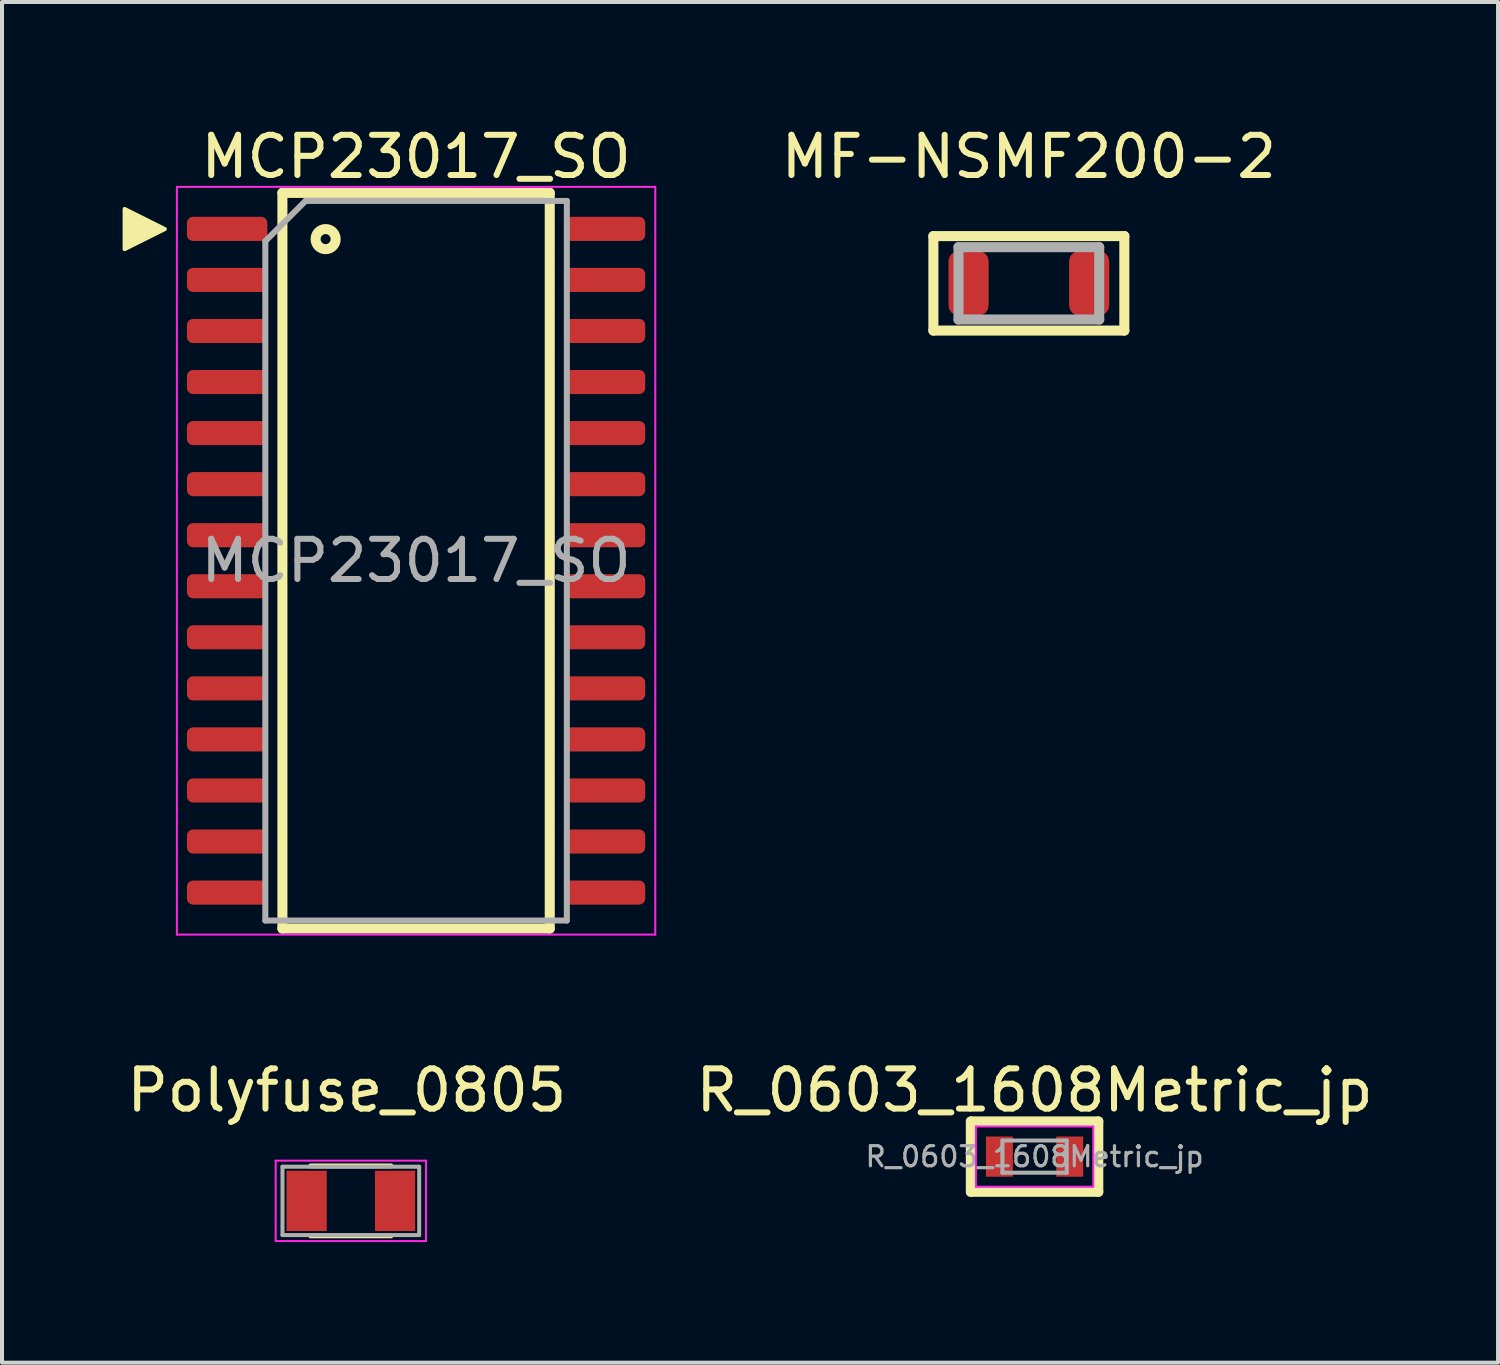
<source format=kicad_pcb>
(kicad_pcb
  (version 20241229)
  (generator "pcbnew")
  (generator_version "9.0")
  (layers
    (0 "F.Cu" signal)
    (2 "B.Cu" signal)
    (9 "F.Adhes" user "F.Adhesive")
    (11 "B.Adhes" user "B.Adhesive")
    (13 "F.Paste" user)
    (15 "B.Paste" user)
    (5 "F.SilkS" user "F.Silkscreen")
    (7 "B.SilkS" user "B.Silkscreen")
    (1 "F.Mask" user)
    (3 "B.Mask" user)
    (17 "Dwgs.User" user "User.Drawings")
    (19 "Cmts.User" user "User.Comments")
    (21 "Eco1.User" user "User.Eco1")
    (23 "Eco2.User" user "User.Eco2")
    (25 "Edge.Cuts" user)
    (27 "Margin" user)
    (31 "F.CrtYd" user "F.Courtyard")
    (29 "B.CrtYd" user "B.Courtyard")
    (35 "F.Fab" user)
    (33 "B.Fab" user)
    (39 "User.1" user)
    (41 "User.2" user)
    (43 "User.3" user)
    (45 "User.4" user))
  (footprint "R_0603_1608Metric_jp"
    (layer "F.Cu")
    (at 22.685 25.721)
    (property "Reference" "R_0603_1608Metric_jp" (at 0 -1.65 0) (layer "F.SilkS") (effects (font (size 1 1) (thickness 0.15))))
    (attr smd)
    (fp_line (start -1.585 -0.875) (end -1.585 0.875) (stroke (width 0.25) (type solid)) (layer "F.SilkS"))
    (fp_line (start -1.585 0.875) (end 1.585 0.875) (stroke (width 0.25) (type solid)) (layer "F.SilkS"))
    (fp_line (start 1.585 -0.875) (end -1.585 -0.875) (stroke (width 0.25) (type solid)) (layer "F.SilkS"))
    (fp_line (start 1.585 -0.875) (end 1.585 0.875) (stroke (width 0.25) (type solid)) (layer "F.SilkS"))
    (fp_line (start -1.46 -0.75) (end 1.46 -0.75) (stroke (width 0.05) (type solid)) (layer "F.CrtYd"))
    (fp_line (start -1.46 0.75) (end -1.46 -0.75) (stroke (width 0.05) (type solid)) (layer "F.CrtYd"))
    (fp_line (start 1.46 -0.75) (end 1.46 0.75) (stroke (width 0.05) (type solid)) (layer "F.CrtYd"))
    (fp_line (start 1.46 0.75) (end -1.46 0.75) (stroke (width 0.05) (type solid)) (layer "F.CrtYd"))
    (fp_line (start -0.8 -0.4) (end 0.8 -0.4) (stroke (width 0.1) (type solid)) (layer "F.Fab"))
    (fp_line (start -0.8 0.4) (end -0.8 -0.4) (stroke (width 0.1) (type solid)) (layer "F.Fab"))
    (fp_line (start 0.8 -0.4) (end 0.8 0.4) (stroke (width 0.1) (type solid)) (layer "F.Fab"))
    (fp_line (start 0.8 0.4) (end -0.8 0.4) (stroke (width 0.1) (type solid)) (layer "F.Fab"))
    (fp_text user "${REFERENCE}" (at 0 0 0) (layer "F.Fab") (effects (font (size 0.5 0.5) (thickness 0.08))))
    (pad "1" smd rect (at -0.875 0) (size 0.67 1) (layers "F.Cu" "F.Mask" "F.Paste"))
    (pad "2" smd rect (at 0.875 0) (size 0.67 1) (layers "F.Cu" "F.Mask" "F.Paste")))
  (footprint "Polyfuse_0805"
    (layer "F.Cu")
    (at 5.677 26.822)
    (property "Reference" "Polyfuse_0805" (at -0.1 -2.75 0) (layer "F.SilkS") (effects (font (size 1 1) (thickness 0.15))))
    (attr smd)
    (fp_line (start -1 -0.87) (end 1 -0.87) (stroke (width 0.12) (type solid)) (layer "F.SilkS"))
    (fp_line (start 1 0.87) (end -1 0.87) (stroke (width 0.12) (type solid)) (layer "F.SilkS"))
    (fp_line (start -1.87 -1) (end -1.87 1) (stroke (width 0.05) (type solid)) (layer "F.CrtYd"))
    (fp_line (start -1.87 -1) (end 1.87 -1) (stroke (width 0.05) (type solid)) (layer "F.CrtYd"))
    (fp_line (start 1.87 1) (end -1.87 1) (stroke (width 0.05) (type solid)) (layer "F.CrtYd"))
    (fp_line (start 1.87 1) (end 1.87 -1) (stroke (width 0.05) (type solid)) (layer "F.CrtYd"))
    (fp_line (start -1.7 -0.85) (end 1.7 -0.85) (stroke (width 0.1) (type solid)) (layer "F.Fab"))
    (fp_line (start -1.7 0.85) (end -1.7 -0.85) (stroke (width 0.1) (type solid)) (layer "F.Fab"))
    (fp_line (start 1.7 -0.85) (end 1.7 0.85) (stroke (width 0.1) (type solid)) (layer "F.Fab"))
    (fp_line (start 1.7 0.85) (end -1.7 0.85) (stroke (width 0.1) (type solid)) (layer "F.Fab"))
    (pad "1" smd rect (at -1.1 0 90) (size 1.5 1) (layers "F.Cu" "F.Mask" "F.Paste"))
    (pad "2" smd rect (at 1.1 0 90) (size 1.5 1) (layers "F.Cu" "F.Mask" "F.Paste")))
  (footprint "MF-NSMF200-2"
    (layer "F.Cu")
    (at 22.543 3.998)
    (property "Reference" "MF-NSMF200-2" (at 0 -3.15 0) (layer "F.SilkS") (effects (font (size 1 1) (thickness 0.15))))
    (attr smd)
    (fp_line (start -2.375 -1.175) (end -2.375 1.175) (stroke (width 0.25) (type solid)) (layer "F.SilkS"))
    (fp_line (start -2.375 -1.175) (end 2.375 -1.175) (stroke (width 0.25) (type solid)) (layer "F.SilkS"))
    (fp_line (start -2.375 1.175) (end 2.375 1.175) (stroke (width 0.25) (type solid)) (layer "F.SilkS"))
    (fp_line (start 2.375 -1.175) (end 2.375 1.175) (stroke (width 0.25) (type solid)) (layer "F.SilkS"))
    (fp_line (start -1.75 -0.9) (end 1.75 -0.9) (stroke (width 0.25) (type solid)) (layer "F.Fab"))
    (fp_line (start -1.75 0.9) (end -1.75 -0.9) (stroke (width 0.25) (type solid)) (layer "F.Fab"))
    (fp_line (start 1.75 -0.9) (end 1.75 0.9) (stroke (width 0.25) (type solid)) (layer "F.Fab"))
    (fp_line (start 1.75 0.9) (end -1.75 0.9) (stroke (width 0.25) (type solid)) (layer "F.Fab"))
    (pad "1" smd roundrect (at -1.5 0) (size 1 1.6) (layers "F.Cu" "F.Mask" "F.Paste") (roundrect_rratio 0.25))
    (pad "2" smd roundrect (at 1.5 0) (size 1 1.6) (layers "F.Cu" "F.Mask" "F.Paste") (roundrect_rratio 0.25)))
  (footprint "MCP23017_SO"
    (layer "F.Cu")
    (at 7.3 10.898)
    (property "Reference" "MCP23017_SO" (at 0 -10.05 0) (layer "F.SilkS") (effects (font (size 1 1) (thickness 0.15))))
    (attr smd)
    (fp_line (start -3.325 -9.15) (end -3.325 9.15) (stroke (width 0.25) (type solid)) (layer "F.SilkS"))
    (fp_line (start -3.325 -9.15) (end 3.325 -9.15) (stroke (width 0.25) (type solid)) (layer "F.SilkS"))
    (fp_line (start -3.325 9.15) (end 3.325 9.15) (stroke (width 0.25) (type solid)) (layer "F.SilkS"))
    (fp_line (start 3.325 -9.15) (end 3.325 9.15) (stroke (width 0.25) (type solid)) (layer "F.SilkS"))
    (fp_circle (center -2.25 -8) (end -2.25 -8.25) (stroke (width 0.25) (type solid)) (fill no) (layer "F.SilkS"))
    (fp_poly (pts (xy -6.25 -8.25) (xy -7.25 -7.75) (xy -7.25 -8.75)) (stroke (width 0.1) (type solid)) (fill yes) (layer "F.SilkS"))
    (fp_line (start -5.95 -9.3) (end -5.95 9.3) (stroke (width 0.05) (type solid)) (layer "F.CrtYd"))
    (fp_line (start -5.95 -9.3) (end 5.95 -9.3) (stroke (width 0.05) (type solid)) (layer "F.CrtYd"))
    (fp_line (start -5.95 9.3) (end 5.95 9.3) (stroke (width 0.05) (type solid)) (layer "F.CrtYd"))
    (fp_line (start 5.95 -9.3) (end 5.95 9.3) (stroke (width 0.05) (type solid)) (layer "F.CrtYd"))
    (fp_line (start -3.75 -7.95) (end -2.75 -8.95) (stroke (width 0.15) (type solid)) (layer "F.Fab"))
    (fp_line (start -3.75 8.95) (end -3.75 -7.95) (stroke (width 0.15) (type solid)) (layer "F.Fab"))
    (fp_line (start -2.75 -8.95) (end 3.75 -8.95) (stroke (width 0.15) (type solid)) (layer "F.Fab"))
    (fp_line (start 3.75 -8.95) (end 3.75 8.95) (stroke (width 0.15) (type solid)) (layer "F.Fab"))
    (fp_line (start 3.75 8.95) (end -3.75 8.95) (stroke (width 0.15) (type solid)) (layer "F.Fab"))
    (fp_text user "${REFERENCE}" (at 0 0 0) (layer "F.Fab") (effects (font (size 1 1) (thickness 0.15))))
    (pad "1" smd roundrect (at -4.7 -8.255) (size 2 0.6) (layers "F.Cu" "F.Mask" "F.Paste") (roundrect_rratio 0.25))
    (pad "2" smd roundrect (at -4.7 -6.985) (size 2 0.6) (layers "F.Cu" "F.Mask" "F.Paste") (roundrect_rratio 0.25))
    (pad "3" smd roundrect (at -4.7 -5.715) (size 2 0.6) (layers "F.Cu" "F.Mask" "F.Paste") (roundrect_rratio 0.25))
    (pad "4" smd roundrect (at -4.7 -4.445) (size 2 0.6) (layers "F.Cu" "F.Mask" "F.Paste") (roundrect_rratio 0.25))
    (pad "5" smd roundrect (at -4.7 -3.175) (size 2 0.6) (layers "F.Cu" "F.Mask" "F.Paste") (roundrect_rratio 0.25))
    (pad "6" smd roundrect (at -4.7 -1.905) (size 2 0.6) (layers "F.Cu" "F.Mask" "F.Paste") (roundrect_rratio 0.25))
    (pad "7" smd roundrect (at -4.7 -0.635) (size 2 0.6) (layers "F.Cu" "F.Mask" "F.Paste") (roundrect_rratio 0.25))
    (pad "8" smd roundrect (at -4.7 0.635) (size 2 0.6) (layers "F.Cu" "F.Mask" "F.Paste") (roundrect_rratio 0.25))
    (pad "9" smd roundrect (at -4.7 1.905) (size 2 0.6) (layers "F.Cu" "F.Mask" "F.Paste") (roundrect_rratio 0.25))
    (pad "10" smd roundrect (at -4.7 3.175) (size 2 0.6) (layers "F.Cu" "F.Mask" "F.Paste") (roundrect_rratio 0.25))
    (pad "11" smd roundrect (at -4.7 4.445) (size 2 0.6) (layers "F.Cu" "F.Mask" "F.Paste") (roundrect_rratio 0.25))
    (pad "12" smd roundrect (at -4.7 5.715) (size 2 0.6) (layers "F.Cu" "F.Mask" "F.Paste") (roundrect_rratio 0.25))
    (pad "13" smd roundrect (at -4.7 6.985) (size 2 0.6) (layers "F.Cu" "F.Mask" "F.Paste") (roundrect_rratio 0.25))
    (pad "14" smd roundrect (at -4.7 8.255) (size 2 0.6) (layers "F.Cu" "F.Mask" "F.Paste") (roundrect_rratio 0.25))
    (pad "15" smd roundrect (at 4.7 8.255) (size 2 0.6) (layers "F.Cu" "F.Mask" "F.Paste") (roundrect_rratio 0.25))
    (pad "16" smd roundrect (at 4.7 6.985) (size 2 0.6) (layers "F.Cu" "F.Mask" "F.Paste") (roundrect_rratio 0.25))
    (pad "17" smd roundrect (at 4.7 5.715) (size 2 0.6) (layers "F.Cu" "F.Mask" "F.Paste") (roundrect_rratio 0.25))
    (pad "18" smd roundrect (at 4.7 4.445) (size 2 0.6) (layers "F.Cu" "F.Mask" "F.Paste") (roundrect_rratio 0.25))
    (pad "19" smd roundrect (at 4.7 3.175) (size 2 0.6) (layers "F.Cu" "F.Mask" "F.Paste") (roundrect_rratio 0.25))
    (pad "20" smd roundrect (at 4.7 1.905) (size 2 0.6) (layers "F.Cu" "F.Mask" "F.Paste") (roundrect_rratio 0.25))
    (pad "21" smd roundrect (at 4.7 0.635) (size 2 0.6) (layers "F.Cu" "F.Mask" "F.Paste") (roundrect_rratio 0.25))
    (pad "22" smd roundrect (at 4.7 -0.635) (size 2 0.6) (layers "F.Cu" "F.Mask" "F.Paste") (roundrect_rratio 0.25))
    (pad "23" smd roundrect (at 4.7 -1.905) (size 2 0.6) (layers "F.Cu" "F.Mask" "F.Paste") (roundrect_rratio 0.25))
    (pad "24" smd roundrect (at 4.7 -3.175) (size 2 0.6) (layers "F.Cu" "F.Mask" "F.Paste") (roundrect_rratio 0.25))
    (pad "25" smd roundrect (at 4.7 -4.445) (size 2 0.6) (layers "F.Cu" "F.Mask" "F.Paste") (roundrect_rratio 0.25))
    (pad "26" smd roundrect (at 4.7 -5.715) (size 2 0.6) (layers "F.Cu" "F.Mask" "F.Paste") (roundrect_rratio 0.25))
    (pad "27" smd roundrect (at 4.7 -6.985) (size 2 0.6) (layers "F.Cu" "F.Mask" "F.Paste") (roundrect_rratio 0.25))
    (pad "28" smd roundrect (at 4.7 -8.255) (size 2 0.6) (layers "F.Cu" "F.Mask" "F.Paste") (roundrect_rratio 0.25)))
  (gr_rect
    (start -3 -3)
    (end 34.214 30.846)
    (stroke (width 0.1) (type default))
    (fill no)
    (layer "Edge.Cuts")))
</source>
